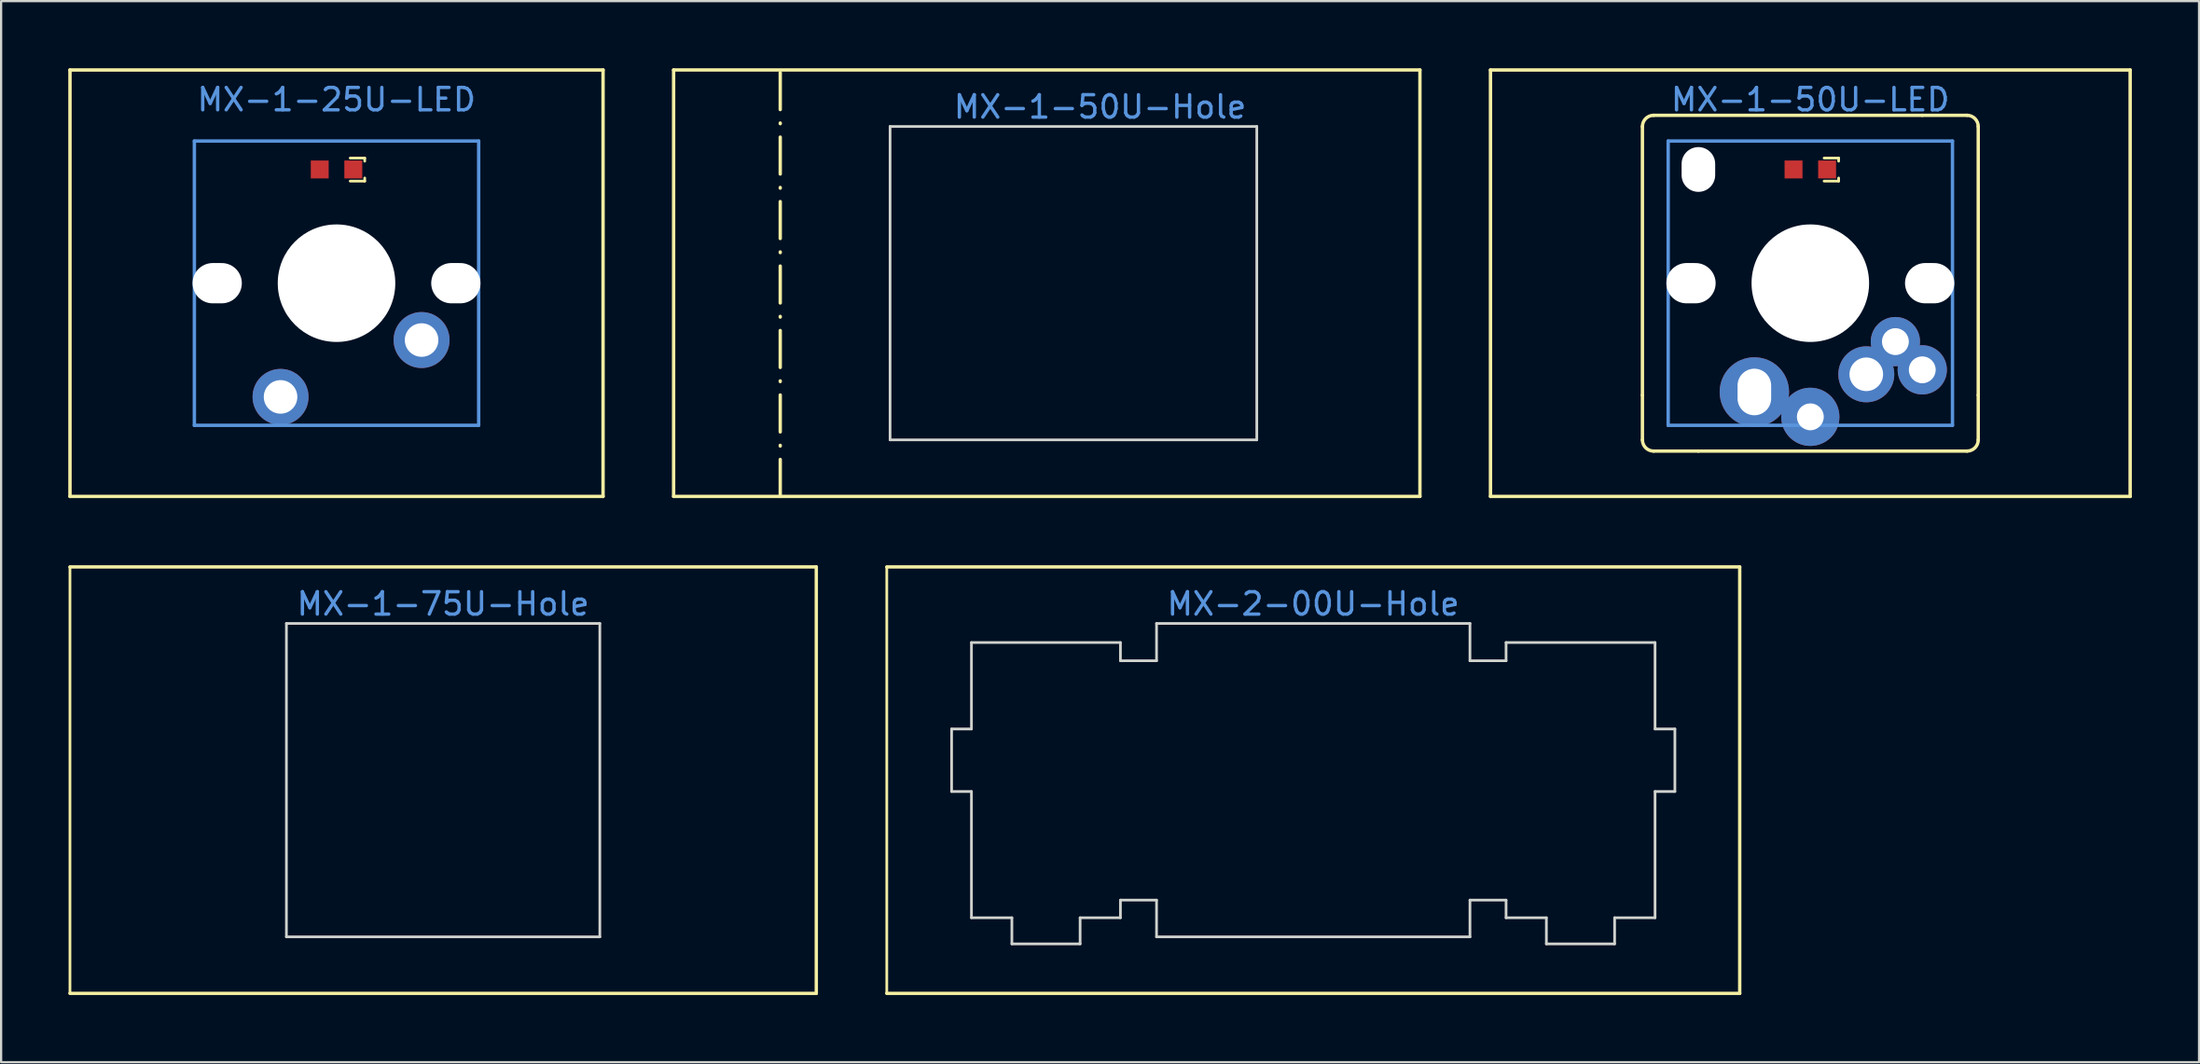
<source format=kicad_pcb>
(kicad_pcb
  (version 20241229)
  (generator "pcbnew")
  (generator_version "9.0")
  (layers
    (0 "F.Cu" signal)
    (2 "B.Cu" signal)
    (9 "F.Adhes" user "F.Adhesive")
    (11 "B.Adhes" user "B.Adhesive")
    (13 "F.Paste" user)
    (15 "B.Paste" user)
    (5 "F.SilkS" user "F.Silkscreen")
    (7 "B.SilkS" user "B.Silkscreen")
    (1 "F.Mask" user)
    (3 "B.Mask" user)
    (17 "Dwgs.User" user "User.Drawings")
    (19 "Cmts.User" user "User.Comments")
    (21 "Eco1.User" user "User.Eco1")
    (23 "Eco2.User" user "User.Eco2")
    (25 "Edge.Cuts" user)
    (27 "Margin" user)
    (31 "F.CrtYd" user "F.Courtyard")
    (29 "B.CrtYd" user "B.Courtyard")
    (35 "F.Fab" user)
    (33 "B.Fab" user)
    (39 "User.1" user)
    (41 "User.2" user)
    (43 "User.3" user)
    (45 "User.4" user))
  (footprint "MX-1-25U-LED"
    (layer "F.Cu")
    (at 11.982 4.521)
    (property "Reference" "MX-1-25U-LED" (at 0 -3.12 0) (layer "Cmts.User") (effects (font (size 1 1) (thickness 0.15))))
    (fp_line (start -11.906 -4.445) (end 11.906 -4.445) (stroke (width 0.152) (type solid)) (layer "F.SilkS"))
    (fp_line (start -11.906 14.605) (end -11.906 -4.445) (stroke (width 0.152) (type solid)) (layer "F.SilkS"))
    (fp_line (start 0.61 -0.51) (end 1.26 -0.51) (stroke (width 0.12) (type solid)) (layer "F.SilkS"))
    (fp_line (start 0.61 0.52) (end 1.26 0.52) (stroke (width 0.12) (type solid)) (layer "F.SilkS"))
    (fp_line (start 1.26 -0.51) (end 1.26 -0.37) (stroke (width 0.12) (type solid)) (layer "F.SilkS"))
    (fp_line (start 1.26 0.52) (end 1.26 0.38) (stroke (width 0.12) (type solid)) (layer "F.SilkS"))
    (fp_line (start 11.906 -4.445) (end 11.906 14.605) (stroke (width 0.152) (type solid)) (layer "F.SilkS"))
    (fp_line (start 11.906 14.605) (end -11.906 14.605) (stroke (width 0.152) (type solid)) (layer "F.SilkS"))
    (fp_line (start -6.35 -1.27) (end 6.35 -1.27) (stroke (width 0.152) (type solid)) (layer "Cmts.User"))
    (fp_line (start -6.35 11.43) (end -6.35 -1.27) (stroke (width 0.152) (type solid)) (layer "Cmts.User"))
    (fp_line (start 6.35 -1.27) (end 6.35 11.43) (stroke (width 0.152) (type solid)) (layer "Cmts.User"))
    (fp_line (start 6.35 11.43) (end -6.35 11.43) (stroke (width 0.152) (type solid)) (layer "Cmts.User"))
    (pad "" np_thru_hole oval (at -5.33 5.08 270) (size 1.8 2.2) (drill oval 1.8 2.2) (layers "*.Cu" "*.Mask"))
    (pad "" np_thru_hole circle (at 0 5.08 180) (size 5.25 5.25) (drill 5.25) (layers "*.Cu" "*.Mask"))
    (pad "" np_thru_hole oval (at 5.33 5.08 270) (size 1.8 2.2) (drill oval 1.8 2.2) (layers "*.Cu" "*.Mask"))
    (pad "1" thru_hole circle (at -2.5 10.16) (size 2.5 2.5) (drill 1.499) (layers "*.Cu" "*.Mask"))
    (pad "2" thru_hole circle (at 3.8 7.62 225) (size 2.5 2.5) (drill 1.499) (layers "*.Cu" "*.Mask"))
    (pad "3" smd rect (at 0.75 0 90) (size 0.8 0.8) (layers "F.Cu" "F.Mask" "F.Paste"))
    (pad "4" smd rect (at -0.75 0 90) (size 0.8 0.8) (layers "F.Cu" "F.Mask" "F.Paste")))
  (footprint "MX-2-00U-Hole"
    (layer "F.Cu")
    (at 55.612 31.802)
    (property "Reference" "MX-2-00U-Hole" (at 0 -7.874 0) (layer "Cmts.User") (effects (font (size 1 1) (thickness 0.15))))
    (attr through_hole)
    (fp_line (start -19.05 -9.525) (end -19.05 9.525) (stroke (width 0.12) (type solid)) (layer "F.SilkS"))
    (fp_line (start -19.05 -9.525) (end 19.05 -9.525) (stroke (width 0.15) (type solid)) (layer "F.SilkS"))
    (fp_line (start 19.05 -9.525) (end 19.05 9.525) (stroke (width 0.15) (type solid)) (layer "F.SilkS"))
    (fp_line (start 19.05 9.525) (end -19.05 9.525) (stroke (width 0.15) (type solid)) (layer "F.SilkS"))
    (fp_line (start -16.154 -2.286) (end -16.154 0.508) (stroke (width 0.12) (type solid)) (layer "Edge.Cuts"))
    (fp_line (start -15.268 -6.147) (end -15.268 -2.286) (stroke (width 0.12) (type solid)) (layer "Edge.Cuts"))
    (fp_line (start -15.268 -2.286) (end -16.154 -2.286) (stroke (width 0.12) (type solid)) (layer "Edge.Cuts"))
    (fp_line (start -15.268 0.508) (end -16.154 0.508) (stroke (width 0.12) (type solid)) (layer "Edge.Cuts"))
    (fp_line (start -15.268 0.508) (end -15.268 6.147) (stroke (width 0.12) (type solid)) (layer "Edge.Cuts"))
    (fp_line (start -13.462 6.147) (end -15.268 6.147) (stroke (width 0.12) (type solid)) (layer "Edge.Cuts"))
    (fp_line (start -13.462 6.147) (end -13.462 7.315) (stroke (width 0.12) (type solid)) (layer "Edge.Cuts"))
    (fp_line (start -10.414 6.147) (end -10.414 7.315) (stroke (width 0.12) (type solid)) (layer "Edge.Cuts"))
    (fp_line (start -10.414 7.315) (end -13.462 7.315) (stroke (width 0.12) (type solid)) (layer "Edge.Cuts"))
    (fp_line (start -8.613 -6.147) (end -15.268 -6.147) (stroke (width 0.12) (type solid)) (layer "Edge.Cuts"))
    (fp_line (start -8.613 -6.147) (end -8.613 -5.334) (stroke (width 0.12) (type default)) (layer "Edge.Cuts"))
    (fp_line (start -8.613 -5.334) (end -7 -5.334) (stroke (width 0.12) (type default)) (layer "Edge.Cuts"))
    (fp_line (start -8.613 5.359) (end -7 5.359) (stroke (width 0.12) (type default)) (layer "Edge.Cuts"))
    (fp_line (start -8.613 6.147) (end -10.414 6.147) (stroke (width 0.12) (type solid)) (layer "Edge.Cuts"))
    (fp_line (start -8.613 6.147) (end -8.613 5.359) (stroke (width 0.12) (type default)) (layer "Edge.Cuts"))
    (fp_line (start -7 -7) (end -7 -5.334) (stroke (width 0.12) (type solid)) (layer "Edge.Cuts"))
    (fp_line (start -7 -7) (end 7 -7) (stroke (width 0.12) (type solid)) (layer "Edge.Cuts"))
    (fp_line (start -7 7) (end -7 5.359) (stroke (width 0.12) (type solid)) (layer "Edge.Cuts"))
    (fp_line (start -7 7) (end 7 7) (stroke (width 0.12) (type solid)) (layer "Edge.Cuts"))
    (fp_line (start 7 -7) (end 7 -5.334) (stroke (width 0.12) (type solid)) (layer "Edge.Cuts"))
    (fp_line (start 7 7) (end 7 5.359) (stroke (width 0.12) (type solid)) (layer "Edge.Cuts"))
    (fp_line (start 8.613 -6.147) (end 8.613 -5.334) (stroke (width 0.12) (type default)) (layer "Edge.Cuts"))
    (fp_line (start 8.613 -6.147) (end 15.268 -6.147) (stroke (width 0.12) (type solid)) (layer "Edge.Cuts"))
    (fp_line (start 8.613 -5.334) (end 7 -5.334) (stroke (width 0.12) (type default)) (layer "Edge.Cuts"))
    (fp_line (start 8.613 5.359) (end 7 5.359) (stroke (width 0.12) (type default)) (layer "Edge.Cuts"))
    (fp_line (start 8.613 6.147) (end 8.613 5.359) (stroke (width 0.12) (type default)) (layer "Edge.Cuts"))
    (fp_line (start 8.613 6.147) (end 10.414 6.147) (stroke (width 0.12) (type solid)) (layer "Edge.Cuts"))
    (fp_line (start 10.414 6.147) (end 10.414 7.315) (stroke (width 0.12) (type solid)) (layer "Edge.Cuts"))
    (fp_line (start 10.414 7.315) (end 13.462 7.315) (stroke (width 0.12) (type solid)) (layer "Edge.Cuts"))
    (fp_line (start 13.462 6.147) (end 13.462 7.315) (stroke (width 0.12) (type solid)) (layer "Edge.Cuts"))
    (fp_line (start 13.462 6.147) (end 15.268 6.147) (stroke (width 0.12) (type solid)) (layer "Edge.Cuts"))
    (fp_line (start 15.268 -6.147) (end 15.268 -2.286) (stroke (width 0.12) (type solid)) (layer "Edge.Cuts"))
    (fp_line (start 15.268 -2.286) (end 16.154 -2.286) (stroke (width 0.12) (type solid)) (layer "Edge.Cuts"))
    (fp_line (start 15.268 0.508) (end 15.268 6.147) (stroke (width 0.12) (type solid)) (layer "Edge.Cuts"))
    (fp_line (start 15.268 0.508) (end 16.154 0.508) (stroke (width 0.12) (type solid)) (layer "Edge.Cuts"))
    (fp_line (start 16.154 -2.286) (end 16.154 0.508) (stroke (width 0.12) (type solid)) (layer "Edge.Cuts")))
  (footprint "MX-1-50U-LED"
    (layer "F.Cu")
    (at 77.816 4.521)
    (property "Reference" "MX-1-50U-LED" (at 0 -3.12 0) (layer "Cmts.User") (effects (font (size 1 1) (thickness 0.15))))
    (fp_line (start -14.287 -4.445) (end 14.287 -4.445) (stroke (width 0.152) (type solid)) (layer "F.SilkS"))
    (fp_line (start -14.287 14.605) (end -14.287 -4.445) (stroke (width 0.152) (type solid)) (layer "F.SilkS"))
    (fp_line (start -7.5 -1.92) (end -7.5 10.08) (stroke (width 0.15) (type solid)) (layer "F.SilkS"))
    (fp_line (start -7.5 12.08) (end -7.5 10.08) (stroke (width 0.15) (type solid)) (layer "F.SilkS"))
    (fp_line (start -7 -2.42) (end 5 -2.42) (stroke (width 0.15) (type solid)) (layer "F.SilkS"))
    (fp_line (start -7 12.58) (end -5 12.58) (stroke (width 0.15) (type solid)) (layer "F.SilkS"))
    (fp_line (start 0.615 -0.51) (end 1.265 -0.51) (stroke (width 0.12) (type solid)) (layer "F.SilkS"))
    (fp_line (start 0.615 0.52) (end 1.265 0.52) (stroke (width 0.12) (type solid)) (layer "F.SilkS"))
    (fp_line (start 1.265 -0.51) (end 1.265 -0.37) (stroke (width 0.12) (type solid)) (layer "F.SilkS"))
    (fp_line (start 1.265 0.52) (end 1.265 0.38) (stroke (width 0.12) (type solid)) (layer "F.SilkS"))
    (fp_line (start 7 -2.42) (end 5 -2.42) (stroke (width 0.15) (type solid)) (layer "F.SilkS"))
    (fp_line (start 7 12.58) (end -5 12.58) (stroke (width 0.15) (type solid)) (layer "F.SilkS"))
    (fp_line (start 7.5 -1.92) (end 7.5 10.08) (stroke (width 0.15) (type solid)) (layer "F.SilkS"))
    (fp_line (start 7.5 12.08) (end 7.5 10.08) (stroke (width 0.15) (type solid)) (layer "F.SilkS"))
    (fp_line (start 14.287 -4.445) (end 14.287 14.605) (stroke (width 0.152) (type solid)) (layer "F.SilkS"))
    (fp_line (start 14.287 14.605) (end -14.287 14.605) (stroke (width 0.152) (type solid)) (layer "F.SilkS"))
    (fp_arc (start -7.5 -1.92) (mid -7.353553 -2.273553) (end -7 -2.42) (stroke (width 0.15) (type solid)) (layer "F.SilkS"))
    (fp_arc (start -7 12.58) (mid -7.353553 12.433553) (end -7.5 12.08) (stroke (width 0.15) (type solid)) (layer "F.SilkS"))
    (fp_arc (start 7 -2.42) (mid 7.353553 -2.273553) (end 7.5 -1.92) (stroke (width 0.15) (type solid)) (layer "F.SilkS"))
    (fp_arc (start 7.5 12.08) (mid 7.353553 12.433553) (end 7 12.58) (stroke (width 0.15) (type solid)) (layer "F.SilkS"))
    (fp_line (start -6.35 -1.27) (end 6.35 -1.27) (stroke (width 0.152) (type solid)) (layer "Cmts.User"))
    (fp_line (start -6.35 11.43) (end -6.35 -1.27) (stroke (width 0.152) (type solid)) (layer "Cmts.User"))
    (fp_line (start 6.35 -1.27) (end 6.35 11.43) (stroke (width 0.152) (type solid)) (layer "Cmts.User"))
    (fp_line (start 6.35 11.43) (end -6.35 11.43) (stroke (width 0.152) (type solid)) (layer "Cmts.User"))
    (fp_line (start -7.798 -0.925) (end -6.985 -0.925) (stroke (width 0.152) (type solid)) (layer "Eco2.User"))
    (fp_line (start -7.798 2.576) (end -7.798 -0.925) (stroke (width 0.152) (type solid)) (layer "Eco2.User"))
    (fp_line (start -7.798 7.584) (end -6.985 7.584) (stroke (width 0.152) (type solid)) (layer "Eco2.User"))
    (fp_line (start -7.798 11.085) (end -7.798 7.584) (stroke (width 0.152) (type solid)) (layer "Eco2.User"))
    (fp_line (start -6.985 -1.905) (end 6.985 -1.905) (stroke (width 0.152) (type solid)) (layer "Eco2.User"))
    (fp_line (start -6.985 -0.925) (end -6.985 -1.905) (stroke (width 0.152) (type solid)) (layer "Eco2.User"))
    (fp_line (start -6.985 2.576) (end -7.798 2.576) (stroke (width 0.152) (type solid)) (layer "Eco2.User"))
    (fp_line (start -6.985 7.584) (end -6.985 2.576) (stroke (width 0.152) (type solid)) (layer "Eco2.User"))
    (fp_line (start -6.985 11.085) (end -7.798 11.085) (stroke (width 0.152) (type solid)) (layer "Eco2.User"))
    (fp_line (start -6.985 12.065) (end -6.985 11.085) (stroke (width 0.152) (type solid)) (layer "Eco2.User"))
    (fp_line (start 6.985 -1.905) (end 6.985 -0.925) (stroke (width 0.152) (type solid)) (layer "Eco2.User"))
    (fp_line (start 6.985 -0.925) (end 7.798 -0.925) (stroke (width 0.152) (type solid)) (layer "Eco2.User"))
    (fp_line (start 6.985 2.576) (end 6.985 7.584) (stroke (width 0.152) (type solid)) (layer "Eco2.User"))
    (fp_line (start 6.985 7.584) (end 7.798 7.584) (stroke (width 0.152) (type solid)) (layer "Eco2.User"))
    (fp_line (start 6.985 11.085) (end 6.985 12.065) (stroke (width 0.152) (type solid)) (layer "Eco2.User"))
    (fp_line (start 6.985 12.065) (end -6.985 12.065) (stroke (width 0.152) (type solid)) (layer "Eco2.User"))
    (fp_line (start 7.798 -0.925) (end 7.798 2.576) (stroke (width 0.152) (type solid)) (layer "Eco2.User"))
    (fp_line (start 7.798 2.576) (end 6.985 2.576) (stroke (width 0.152) (type solid)) (layer "Eco2.User"))
    (fp_line (start 7.798 7.584) (end 7.798 11.085) (stroke (width 0.152) (type solid)) (layer "Eco2.User"))
    (fp_line (start 7.798 11.085) (end 6.985 11.085) (stroke (width 0.152) (type solid)) (layer "Eco2.User"))
    (pad "" np_thru_hole oval (at -5.33 5.08 270) (size 1.8 2.2) (drill oval 1.8 2.2) (layers "*.Cu" "*.Mask"))
    (pad "" np_thru_hole oval (at -5 0 270) (size 2 1.5) (drill oval 2 1.5) (layers "*.Cu" "*.Mask"))
    (pad "" np_thru_hole circle (at 0 5.08 180) (size 5.25 5.25) (drill 5.25) (layers "*.Cu" "*.Mask"))
    (pad "" np_thru_hole oval (at 5.33 5.08 270) (size 1.8 2.2) (drill oval 1.8 2.2) (layers "*.Cu" "*.Mask"))
    (pad "1" thru_hole circle (at -2.5 9.94) (size 3.1 3.1) (drill oval 1.5 2.08) (layers "*.Cu" "*.Mask"))
    (pad "1" thru_hole circle (at 0 11.05 90) (size 2.6 2.6) (drill 1.2) (layers "*.Cu" "*.Mask"))
    (pad "2" thru_hole circle (at 2.5 9.15 90) (size 2.5 2.5) (drill 1.5) (layers "*.Cu" "*.Mask"))
    (pad "2" thru_hole circle (at 3.8 7.69 225) (size 2.2 2.2) (drill 1.2) (layers "*.Cu" "*.Mask"))
    (pad "2" thru_hole circle (at 5 8.95 270) (size 2.2 2.2) (drill 1.2) (layers "*.Cu" "*.Mask"))
    (pad "3" smd rect (at 0.75 0 90) (size 0.8 0.8) (layers "F.Cu" "F.Mask" "F.Paste"))
    (pad "4" smd rect (at -0.75 0 90) (size 0.8 0.8) (layers "F.Cu" "F.Mask" "F.Paste")))
  (footprint "MX-1-50U-Hole"
    (layer "F.Cu")
    (at 46.09 9.6)
    (property "Reference" "MX-1-50U-Hole" (at 0 -7.874 0) (layer "Cmts.User") (effects (font (size 1 1) (thickness 0.15))))
    (attr through_hole)
    (fp_line (start -19.05 -9.525) (end 14.287 -9.525) (stroke (width 0.15) (type solid)) (layer "F.SilkS"))
    (fp_line (start -19.05 9.525) (end -19.05 -9.525) (stroke (width 0.15) (type solid)) (layer "F.SilkS"))
    (fp_line (start -14.287 9.525) (end -14.287 -9.525) (stroke (width 0.15) (type dash_dot)) (layer "F.SilkS"))
    (fp_line (start 14.287 -9.525) (end 14.287 9.525) (stroke (width 0.15) (type solid)) (layer "F.SilkS"))
    (fp_line (start 14.287 9.525) (end -19.05 9.525) (stroke (width 0.15) (type solid)) (layer "F.SilkS"))
    (fp_line (start -9.381 -7) (end -9.381 7) (stroke (width 0.12) (type solid)) (layer "Edge.Cuts"))
    (fp_line (start -9.381 -7) (end 7 -7) (stroke (width 0.12) (type solid)) (layer "Edge.Cuts"))
    (fp_line (start -9.381 7) (end 7 7) (stroke (width 0.12) (type solid)) (layer "Edge.Cuts"))
    (fp_line (start 7 -7) (end 7 7) (stroke (width 0.12) (type solid)) (layer "Edge.Cuts")))
  (footprint "MX-1-75U-Hole"
    (layer "F.Cu")
    (at 16.744 31.802)
    (property "Reference" "MX-1-75U-Hole" (at 0 -7.874 0) (layer "Cmts.User") (effects (font (size 1 1) (thickness 0.15))))
    (attr through_hole)
    (fp_line (start -16.669 -9.525) (end -16.669 9.525) (stroke (width 0.12) (type solid)) (layer "F.SilkS"))
    (fp_line (start -16.669 -9.525) (end 16.669 -9.525) (stroke (width 0.15) (type solid)) (layer "F.SilkS"))
    (fp_line (start 16.669 -9.525) (end 16.669 9.525) (stroke (width 0.15) (type solid)) (layer "F.SilkS"))
    (fp_line (start 16.669 9.525) (end -16.669 9.525) (stroke (width 0.15) (type solid)) (layer "F.SilkS"))
    (fp_line (start -7 -7) (end -7 7) (stroke (width 0.12) (type solid)) (layer "Edge.Cuts"))
    (fp_line (start -7 -7) (end 7 -7) (stroke (width 0.12) (type solid)) (layer "Edge.Cuts"))
    (fp_line (start -7 7) (end 7 7) (stroke (width 0.12) (type solid)) (layer "Edge.Cuts"))
    (fp_line (start 7 -7) (end 7 7) (stroke (width 0.12) (type solid)) (layer "Edge.Cuts")))
  (gr_rect
    (start -3 -3)
    (end 95.18 44.402)
    (stroke (width 0.1) (type default))
    (fill no)
    (layer "Edge.Cuts")))
</source>
